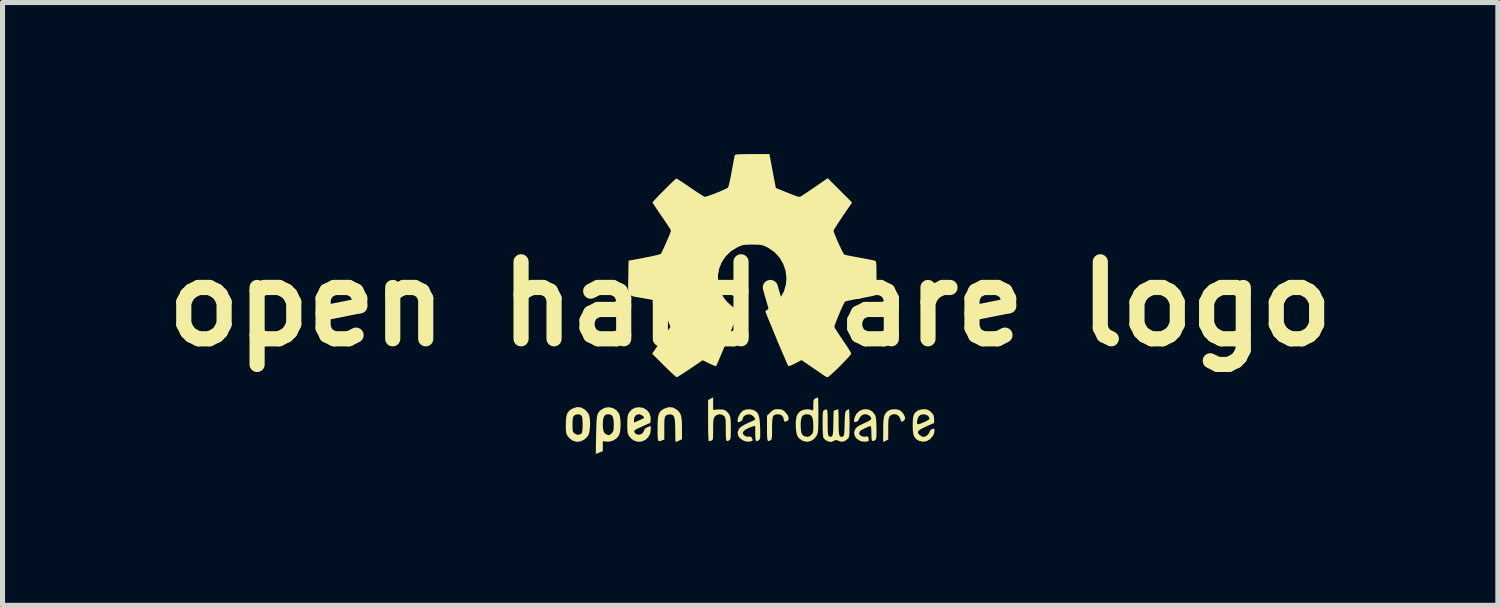
<source format=kicad_pcb>
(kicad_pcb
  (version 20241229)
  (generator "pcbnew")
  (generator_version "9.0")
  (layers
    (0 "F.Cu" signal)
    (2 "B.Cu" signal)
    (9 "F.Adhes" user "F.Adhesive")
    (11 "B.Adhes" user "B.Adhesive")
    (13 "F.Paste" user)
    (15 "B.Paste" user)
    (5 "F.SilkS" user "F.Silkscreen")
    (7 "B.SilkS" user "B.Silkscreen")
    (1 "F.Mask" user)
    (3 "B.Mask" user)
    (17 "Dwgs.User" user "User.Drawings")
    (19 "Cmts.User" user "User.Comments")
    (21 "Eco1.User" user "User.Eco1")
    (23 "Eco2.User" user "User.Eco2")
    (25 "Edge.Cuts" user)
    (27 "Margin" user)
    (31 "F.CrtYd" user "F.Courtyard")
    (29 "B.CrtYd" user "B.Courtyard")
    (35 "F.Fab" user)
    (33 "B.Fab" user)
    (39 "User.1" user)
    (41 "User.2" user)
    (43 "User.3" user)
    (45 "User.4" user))
  (footprint "open hardware logo"
    (layer "F.Cu")
    (at 11.8 2.967)
    (property "Reference" "open hardware logo" (at 0 0 0) (layer "F.SilkS") (effects (font (size 1.524 1.524) (thickness 0.3))))
    (attr board_only exclude_from_pos_files exclude_from_bom)
    (fp_poly (pts (xy 2.918 2.09) (xy 2.964 2.106) (xy 3.007 2.142) (xy 3.044 2.193) (xy 3.065 2.245) (xy 3.067 2.262) (xy 3.053 2.299) (xy 3.034 2.316) (xy 3.003 2.331) (xy 2.987 2.324) (xy 2.977 2.291) (xy 2.975 2.285) (xy 2.949 2.227) (xy 2.905 2.191) (xy 2.851 2.179) (xy 2.796 2.194) (xy 2.767 2.217) (xy 2.753 2.234) (xy 2.743 2.256) (xy 2.738 2.29) (xy 2.735 2.341) (xy 2.733 2.417) (xy 2.733 2.466) (xy 2.733 2.682) (xy 2.633 2.734) (xy 2.633 2.491) (xy 2.634 2.381) (xy 2.639 2.298) (xy 2.648 2.237) (xy 2.663 2.192) (xy 2.685 2.157) (xy 2.716 2.127) (xy 2.727 2.118) (xy 2.78 2.093) (xy 2.849 2.084)) (stroke (width 0) (type solid)) (fill yes) (layer "F.SilkS"))
    (fp_poly (pts (xy 0.606 2.086) (xy 0.644 2.099) (xy 0.681 2.128) (xy 0.692 2.139) (xy 0.739 2.197) (xy 0.761 2.249) (xy 0.757 2.292) (xy 0.741 2.311) (xy 0.7 2.331) (xy 0.675 2.324) (xy 0.667 2.295) (xy 0.653 2.237) (xy 0.614 2.198) (xy 0.554 2.183) (xy 0.552 2.183) (xy 0.508 2.186) (xy 0.477 2.198) (xy 0.455 2.222) (xy 0.442 2.265) (xy 0.436 2.33) (xy 0.433 2.422) (xy 0.433 2.463) (xy 0.433 2.553) (xy 0.431 2.615) (xy 0.427 2.656) (xy 0.421 2.68) (xy 0.41 2.693) (xy 0.401 2.699) (xy 0.376 2.711) (xy 0.358 2.713) (xy 0.346 2.701) (xy 0.339 2.67) (xy 0.335 2.618) (xy 0.333 2.538) (xy 0.333 2.465) (xy 0.333 2.213) (xy 0.398 2.148) (xy 0.44 2.11) (xy 0.475 2.09) (xy 0.519 2.084) (xy 0.55 2.083)) (stroke (width 0) (type solid)) (fill yes) (layer "F.SilkS"))
    (fp_poly (pts (xy -1.535 2.048) (xy -1.461 2.086) (xy -1.447 2.097) (xy -1.41 2.133) (xy -1.383 2.173) (xy -1.366 2.224) (xy -1.356 2.292) (xy -1.351 2.382) (xy -1.35 2.463) (xy -1.35 2.677) (xy -1.409 2.705) (xy -1.448 2.723) (xy -1.473 2.733) (xy -1.476 2.733) (xy -1.478 2.718) (xy -1.481 2.675) (xy -1.483 2.61) (xy -1.483 2.531) (xy -1.484 2.504) (xy -1.485 2.394) (xy -1.49 2.313) (xy -1.499 2.256) (xy -1.514 2.219) (xy -1.537 2.198) (xy -1.568 2.188) (xy -1.581 2.186) (xy -1.64 2.193) (xy -1.668 2.21) (xy -1.681 2.225) (xy -1.69 2.246) (xy -1.696 2.28) (xy -1.699 2.332) (xy -1.7 2.409) (xy -1.7 2.461) (xy -1.7 2.684) (xy -1.743 2.7) (xy -1.777 2.713) (xy -1.801 2.716) (xy -1.817 2.708) (xy -1.827 2.682) (xy -1.831 2.636) (xy -1.833 2.564) (xy -1.833 2.471) (xy -1.832 2.354) (xy -1.827 2.266) (xy -1.816 2.201) (xy -1.797 2.153) (xy -1.769 2.117) (xy -1.73 2.088) (xy -1.696 2.07) (xy -1.613 2.042)) (stroke (width 0) (type solid)) (fill yes) (layer "F.SilkS"))
    (fp_poly (pts (xy -0.733 2.097) (xy -0.634 2.088) (xy -0.552 2.088) (xy -0.491 2.107) (xy -0.443 2.149) (xy -0.416 2.188) (xy -0.402 2.215) (xy -0.393 2.247) (xy -0.387 2.291) (xy -0.384 2.353) (xy -0.383 2.441) (xy -0.383 2.462) (xy -0.384 2.552) (xy -0.385 2.615) (xy -0.389 2.655) (xy -0.396 2.679) (xy -0.406 2.693) (xy -0.416 2.699) (xy -0.441 2.712) (xy -0.46 2.713) (xy -0.472 2.7) (xy -0.479 2.667) (xy -0.482 2.612) (xy -0.483 2.529) (xy -0.483 2.483) (xy -0.484 2.389) (xy -0.485 2.323) (xy -0.489 2.278) (xy -0.496 2.249) (xy -0.506 2.229) (xy -0.517 2.217) (xy -0.567 2.187) (xy -0.625 2.184) (xy -0.678 2.207) (xy -0.699 2.227) (xy -0.713 2.249) (xy -0.723 2.275) (xy -0.729 2.311) (xy -0.732 2.366) (xy -0.733 2.444) (xy -0.733 2.484) (xy -0.734 2.571) (xy -0.735 2.631) (xy -0.738 2.669) (xy -0.745 2.69) (xy -0.755 2.701) (xy -0.771 2.706) (xy -0.805 2.714) (xy -0.821 2.716) (xy -0.824 2.701) (xy -0.827 2.656) (xy -0.83 2.587) (xy -0.832 2.498) (xy -0.833 2.394) (xy -0.833 2.309) (xy -0.833 1.901) (xy -0.783 1.875) (xy -0.733 1.849)) (stroke (width 0) (type solid)) (fill yes) (layer "F.SilkS"))
    (fp_poly (pts (xy -3.357 2.046) (xy -3.286 2.082) (xy -3.247 2.116) (xy -3.21 2.159) (xy -3.188 2.202) (xy -3.176 2.26) (xy -3.174 2.273) (xy -3.169 2.364) (xy -3.172 2.453) (xy -3.183 2.534) (xy -3.202 2.595) (xy -3.214 2.616) (xy -3.279 2.681) (xy -3.353 2.719) (xy -3.432 2.729) (xy -3.51 2.707) (xy -3.517 2.703) (xy -3.567 2.667) (xy -3.61 2.621) (xy -3.612 2.617) (xy -3.63 2.587) (xy -3.641 2.554) (xy -3.647 2.511) (xy -3.65 2.447) (xy -3.65 2.393) (xy -3.65 2.385) (xy -3.517 2.385) (xy -3.516 2.456) (xy -3.513 2.501) (xy -3.505 2.53) (xy -3.49 2.55) (xy -3.472 2.566) (xy -3.42 2.59) (xy -3.367 2.581) (xy -3.337 2.563) (xy -3.328 2.538) (xy -3.321 2.49) (xy -3.317 2.427) (xy -3.317 2.359) (xy -3.32 2.294) (xy -3.326 2.242) (xy -3.334 2.216) (xy -3.364 2.191) (xy -3.409 2.184) (xy -3.458 2.193) (xy -3.486 2.211) (xy -3.501 2.231) (xy -3.511 2.261) (xy -3.515 2.309) (xy -3.517 2.382) (xy -3.517 2.385) (xy -3.65 2.385) (xy -3.647 2.289) (xy -3.636 2.212) (xy -3.615 2.155) (xy -3.58 2.112) (xy -3.531 2.078) (xy -3.514 2.07) (xy -3.432 2.042)) (stroke (width 0) (type solid)) (fill yes) (layer "F.SilkS"))
    (fp_poly (pts (xy -2.724 2.058) (xy -2.654 2.098) (xy -2.601 2.161) (xy -2.598 2.166) (xy -2.579 2.223) (xy -2.568 2.3) (xy -2.565 2.389) (xy -2.569 2.476) (xy -2.581 2.552) (xy -2.597 2.6) (xy -2.646 2.661) (xy -2.716 2.705) (xy -2.795 2.726) (xy -2.846 2.725) (xy -2.917 2.715) (xy -2.917 2.913) (xy -2.984 2.94) (xy -3.025 2.956) (xy -3.051 2.966) (xy -3.055 2.967) (xy -3.055 2.951) (xy -3.055 2.906) (xy -3.055 2.838) (xy -3.053 2.75) (xy -3.051 2.648) (xy -3.05 2.588) (xy -3.047 2.459) (xy -3.044 2.38) (xy -2.917 2.38) (xy -2.913 2.465) (xy -2.901 2.524) (xy -2.879 2.561) (xy -2.845 2.583) (xy -2.806 2.596) (xy -2.78 2.592) (xy -2.75 2.568) (xy -2.741 2.559) (xy -2.72 2.534) (xy -2.708 2.507) (xy -2.702 2.466) (xy -2.7 2.403) (xy -2.7 2.388) (xy -2.704 2.299) (xy -2.717 2.238) (xy -2.742 2.202) (xy -2.78 2.186) (xy -2.808 2.183) (xy -2.856 2.191) (xy -2.889 2.218) (xy -2.908 2.267) (xy -2.916 2.343) (xy -2.917 2.38) (xy -3.044 2.38) (xy -3.043 2.358) (xy -3.039 2.282) (xy -3.032 2.226) (xy -3.021 2.185) (xy -3.007 2.154) (xy -2.988 2.129) (xy -2.963 2.105) (xy -2.952 2.096) (xy -2.88 2.055) (xy -2.802 2.044)) (stroke (width 0) (type solid)) (fill yes) (layer "F.SilkS"))
    (fp_poly (pts (xy -2.116 2.058) (xy -2.046 2.099) (xy -1.996 2.16) (xy -1.971 2.236) (xy -1.97 2.285) (xy -1.975 2.352) (xy -2.125 2.419) (xy -2.201 2.453) (xy -2.252 2.478) (xy -2.281 2.496) (xy -2.294 2.511) (xy -2.294 2.527) (xy -2.29 2.54) (xy -2.262 2.574) (xy -2.219 2.588) (xy -2.172 2.582) (xy -2.131 2.559) (xy -2.107 2.52) (xy -2.105 2.514) (xy -2.086 2.472) (xy -2.043 2.443) (xy -2.037 2.441) (xy -1.998 2.425) (xy -1.975 2.417) (xy -1.973 2.417) (xy -1.969 2.432) (xy -1.967 2.469) (xy -1.967 2.487) (xy -1.981 2.571) (xy -2.02 2.64) (xy -2.077 2.692) (xy -2.147 2.723) (xy -2.223 2.728) (xy -2.3 2.705) (xy -2.349 2.67) (xy -2.392 2.624) (xy -2.396 2.618) (xy -2.413 2.589) (xy -2.424 2.557) (xy -2.43 2.515) (xy -2.433 2.454) (xy -2.433 2.385) (xy -2.433 2.348) (xy -2.3 2.348) (xy -2.204 2.306) (xy -2.153 2.283) (xy -2.116 2.265) (xy -2.101 2.257) (xy -2.103 2.24) (xy -2.125 2.217) (xy -2.158 2.196) (xy -2.193 2.184) (xy -2.201 2.183) (xy -2.256 2.197) (xy -2.289 2.236) (xy -2.3 2.292) (xy -2.3 2.348) (xy -2.433 2.348) (xy -2.432 2.3) (xy -2.428 2.241) (xy -2.42 2.198) (xy -2.407 2.166) (xy -2.401 2.155) (xy -2.345 2.089) (xy -2.275 2.053) (xy -2.201 2.044)) (stroke (width 0) (type solid)) (fill yes) (layer "F.SilkS"))
    (fp_poly (pts (xy 1.345 1.866) (xy 1.347 1.91) (xy 1.348 1.978) (xy 1.349 2.064) (xy 1.35 2.165) (xy 1.35 2.196) (xy 1.35 2.316) (xy 1.348 2.407) (xy 1.346 2.475) (xy 1.342 2.524) (xy 1.335 2.559) (xy 1.327 2.586) (xy 1.321 2.599) (xy 1.27 2.667) (xy 1.205 2.711) (xy 1.132 2.728) (xy 1.056 2.715) (xy 1.035 2.705) (xy 0.98 2.67) (xy 0.943 2.629) (xy 0.92 2.574) (xy 0.907 2.498) (xy 0.903 2.427) (xy 0.903 2.396) (xy 1 2.396) (xy 1.003 2.484) (xy 1.012 2.546) (xy 1.03 2.586) (xy 1.059 2.611) (xy 1.072 2.617) (xy 1.13 2.631) (xy 1.177 2.619) (xy 1.209 2.592) (xy 1.23 2.568) (xy 1.242 2.541) (xy 1.248 2.502) (xy 1.25 2.441) (xy 1.25 2.416) (xy 1.246 2.321) (xy 1.234 2.255) (xy 1.21 2.212) (xy 1.173 2.19) (xy 1.121 2.184) (xy 1.069 2.191) (xy 1.034 2.217) (xy 1.012 2.265) (xy 1.001 2.339) (xy 1 2.396) (xy 0.903 2.396) (xy 0.903 2.319) (xy 0.915 2.238) (xy 0.939 2.178) (xy 0.979 2.134) (xy 1.003 2.117) (xy 1.066 2.092) (xy 1.136 2.084) (xy 1.2 2.093) (xy 1.218 2.101) (xy 1.235 2.107) (xy 1.244 2.101) (xy 1.249 2.075) (xy 1.25 2.024) (xy 1.25 2.003) (xy 1.251 1.942) (xy 1.256 1.906) (xy 1.267 1.885) (xy 1.287 1.872) (xy 1.292 1.869) (xy 1.326 1.855) (xy 1.342 1.85)) (stroke (width 0) (type solid)) (fill yes) (layer "F.SilkS"))
    (fp_poly (pts (xy 3.495 2.088) (xy 3.537 2.106) (xy 3.578 2.139) (xy 3.616 2.179) (xy 3.635 2.215) (xy 3.64 2.264) (xy 3.64 2.275) (xy 3.642 2.355) (xy 3.483 2.425) (xy 3.4 2.465) (xy 3.346 2.498) (xy 3.321 2.527) (xy 3.321 2.556) (xy 3.345 2.586) (xy 3.36 2.598) (xy 3.399 2.622) (xy 3.432 2.633) (xy 3.433 2.633) (xy 3.472 2.622) (xy 3.512 2.593) (xy 3.541 2.558) (xy 3.55 2.533) (xy 3.564 2.501) (xy 3.598 2.475) (xy 3.632 2.467) (xy 3.647 2.48) (xy 3.649 2.515) (xy 3.64 2.56) (xy 3.621 2.605) (xy 3.617 2.612) (xy 3.561 2.677) (xy 3.492 2.716) (xy 3.416 2.727) (xy 3.34 2.708) (xy 3.335 2.706) (xy 3.286 2.675) (xy 3.253 2.635) (xy 3.231 2.582) (xy 3.22 2.508) (xy 3.217 2.407) (xy 3.217 2.403) (xy 3.218 2.355) (xy 3.301 2.355) (xy 3.308 2.376) (xy 3.329 2.381) (xy 3.369 2.37) (xy 3.434 2.343) (xy 3.446 2.338) (xy 3.498 2.313) (xy 3.535 2.29) (xy 3.55 2.275) (xy 3.55 2.275) (xy 3.535 2.231) (xy 3.496 2.198) (xy 3.442 2.184) (xy 3.435 2.183) (xy 3.373 2.195) (xy 3.332 2.231) (xy 3.308 2.295) (xy 3.305 2.315) (xy 3.301 2.355) (xy 3.218 2.355) (xy 3.219 2.304) (xy 3.228 2.231) (xy 3.246 2.179) (xy 3.276 2.141) (xy 3.317 2.111) (xy 3.363 2.094) (xy 3.422 2.084) (xy 3.44 2.083)) (stroke (width 0) (type solid)) (fill yes) (layer "F.SilkS"))
    (fp_poly (pts (xy 0.059 2.098) (xy 0.084 2.109) (xy 0.123 2.135) (xy 0.153 2.17) (xy 0.173 2.22) (xy 0.186 2.288) (xy 0.194 2.382) (xy 0.197 2.457) (xy 0.199 2.547) (xy 0.199 2.609) (xy 0.197 2.65) (xy 0.19 2.674) (xy 0.18 2.689) (xy 0.174 2.695) (xy 0.142 2.714) (xy 0.121 2.715) (xy 0.108 2.694) (xy 0.102 2.648) (xy 0.1 2.572) (xy 0.1 2.565) (xy 0.1 2.413) (xy 0.055 2.424) (xy -0.013 2.447) (xy -0.075 2.477) (xy -0.122 2.509) (xy -0.146 2.54) (xy -0.147 2.545) (xy -0.137 2.582) (xy -0.105 2.612) (xy -0.06 2.628) (xy -0.025 2.626) (xy 0.009 2.625) (xy 0.031 2.647) (xy 0.036 2.658) (xy 0.049 2.69) (xy 0.044 2.708) (xy 0.016 2.718) (xy -0.017 2.724) (xy -0.077 2.724) (xy -0.143 2.7) (xy -0.143 2.7) (xy -0.207 2.654) (xy -0.242 2.598) (xy -0.248 2.536) (xy -0.223 2.475) (xy -0.204 2.451) (xy -0.166 2.421) (xy -0.108 2.387) (xy -0.041 2.355) (xy -0.029 2.35) (xy 0.03 2.324) (xy 0.075 2.302) (xy 0.098 2.287) (xy 0.1 2.284) (xy 0.091 2.263) (xy 0.068 2.23) (xy 0.065 2.227) (xy 0.023 2.195) (xy -0.028 2.185) (xy -0.08 2.194) (xy -0.123 2.22) (xy -0.147 2.261) (xy -0.15 2.282) (xy -0.166 2.312) (xy -0.2 2.331) (xy -0.234 2.341) (xy -0.248 2.333) (xy -0.25 2.306) (xy -0.237 2.241) (xy -0.203 2.174) (xy -0.156 2.122) (xy -0.15 2.116) (xy -0.089 2.091) (xy -0.014 2.084)) (stroke (width 0) (type solid)) (fill yes) (layer "F.SilkS"))
    (fp_poly (pts (xy 2.358 2.095) (xy 2.419 2.13) (xy 2.467 2.19) (xy 2.477 2.211) (xy 2.49 2.262) (xy 2.497 2.347) (xy 2.5 2.463) (xy 2.5 2.474) (xy 2.5 2.561) (xy 2.498 2.621) (xy 2.494 2.66) (xy 2.486 2.682) (xy 2.475 2.695) (xy 2.468 2.699) (xy 2.437 2.713) (xy 2.418 2.712) (xy 2.406 2.691) (xy 2.401 2.646) (xy 2.4 2.573) (xy 2.4 2.567) (xy 2.398 2.498) (xy 2.394 2.446) (xy 2.387 2.419) (xy 2.384 2.417) (xy 2.353 2.424) (xy 2.305 2.444) (xy 2.252 2.47) (xy 2.204 2.496) (xy 2.173 2.518) (xy 2.17 2.521) (xy 2.156 2.557) (xy 2.169 2.591) (xy 2.202 2.616) (xy 2.248 2.628) (xy 2.29 2.624) (xy 2.322 2.621) (xy 2.338 2.641) (xy 2.343 2.657) (xy 2.348 2.693) (xy 2.346 2.71) (xy 2.316 2.722) (xy 2.268 2.726) (xy 2.215 2.722) (xy 2.175 2.711) (xy 2.108 2.667) (xy 2.068 2.61) (xy 2.057 2.547) (xy 2.076 2.482) (xy 2.081 2.474) (xy 2.11 2.441) (xy 2.158 2.408) (xy 2.23 2.372) (xy 2.252 2.362) (xy 2.314 2.333) (xy 2.364 2.306) (xy 2.392 2.284) (xy 2.397 2.277) (xy 2.389 2.242) (xy 2.357 2.21) (xy 2.312 2.188) (xy 2.276 2.183) (xy 2.223 2.194) (xy 2.185 2.227) (xy 2.161 2.263) (xy 2.15 2.29) (xy 2.15 2.291) (xy 2.137 2.312) (xy 2.108 2.33) (xy 2.077 2.339) (xy 2.058 2.333) (xy 2.056 2.308) (xy 2.063 2.266) (xy 2.066 2.252) (xy 2.1 2.178) (xy 2.153 2.125) (xy 2.218 2.092) (xy 2.288 2.082)) (stroke (width 0) (type solid)) (fill yes) (layer "F.SilkS"))
    (fp_poly (pts (xy 1.958 2.099) (xy 1.962 2.143) (xy 1.964 2.209) (xy 1.966 2.291) (xy 1.967 2.359) (xy 1.966 2.461) (xy 1.966 2.535) (xy 1.963 2.587) (xy 1.958 2.621) (xy 1.951 2.644) (xy 1.94 2.661) (xy 1.926 2.675) (xy 1.866 2.718) (xy 1.803 2.727) (xy 1.749 2.71) (xy 1.71 2.694) (xy 1.684 2.695) (xy 1.661 2.709) (xy 1.606 2.731) (xy 1.545 2.722) (xy 1.513 2.707) (xy 1.474 2.679) (xy 1.45 2.651) (xy 1.444 2.623) (xy 1.439 2.569) (xy 1.435 2.494) (xy 1.434 2.406) (xy 1.433 2.368) (xy 1.434 2.271) (xy 1.435 2.203) (xy 1.438 2.156) (xy 1.443 2.128) (xy 1.452 2.111) (xy 1.464 2.102) (xy 1.466 2.101) (xy 1.491 2.089) (xy 1.508 2.087) (xy 1.521 2.099) (xy 1.528 2.129) (xy 1.532 2.181) (xy 1.533 2.259) (xy 1.533 2.34) (xy 1.534 2.441) (xy 1.536 2.513) (xy 1.539 2.563) (xy 1.545 2.594) (xy 1.554 2.612) (xy 1.56 2.618) (xy 1.592 2.631) (xy 1.614 2.622) (xy 1.625 2.611) (xy 1.633 2.589) (xy 1.639 2.552) (xy 1.643 2.494) (xy 1.645 2.41) (xy 1.646 2.36) (xy 1.651 2.115) (xy 1.693 2.099) (xy 1.727 2.088) (xy 1.743 2.083) (xy 1.745 2.099) (xy 1.747 2.142) (xy 1.749 2.208) (xy 1.75 2.289) (xy 1.75 2.34) (xy 1.751 2.449) (xy 1.754 2.529) (xy 1.761 2.583) (xy 1.773 2.615) (xy 1.79 2.63) (xy 1.815 2.63) (xy 1.831 2.626) (xy 1.843 2.619) (xy 1.853 2.606) (xy 1.859 2.58) (xy 1.863 2.536) (xy 1.866 2.47) (xy 1.869 2.375) (xy 1.869 2.373) (xy 1.872 2.277) (xy 1.876 2.209) (xy 1.88 2.163) (xy 1.887 2.134) (xy 1.897 2.116) (xy 1.908 2.107) (xy 1.938 2.088) (xy 1.953 2.083)) (stroke (width 0) (type solid)) (fill yes) (layer "F.SilkS"))
    (fp_poly (pts (xy 0.393 -2.904) (xy 0.4 -2.867) (xy 0.412 -2.804) (xy 0.427 -2.722) (xy 0.445 -2.629) (xy 0.456 -2.569) (xy 0.508 -2.296) (xy 0.738 -2.203) (xy 0.828 -2.167) (xy 0.892 -2.142) (xy 0.936 -2.128) (xy 0.966 -2.122) (xy 0.988 -2.124) (xy 1.006 -2.131) (xy 1.01 -2.134) (xy 1.037 -2.151) (xy 1.086 -2.184) (xy 1.152 -2.228) (xy 1.229 -2.28) (xy 1.293 -2.324) (xy 1.535 -2.49) (xy 1.776 -2.249) (xy 2.017 -2.008) (xy 1.833 -1.739) (xy 1.777 -1.655) (xy 1.727 -1.58) (xy 1.688 -1.518) (xy 1.661 -1.474) (xy 1.65 -1.452) (xy 1.65 -1.451) (xy 1.657 -1.423) (xy 1.675 -1.374) (xy 1.701 -1.31) (xy 1.732 -1.237) (xy 1.766 -1.162) (xy 1.8 -1.092) (xy 1.829 -1.033) (xy 1.853 -0.992) (xy 1.866 -0.975) (xy 1.866 -0.975) (xy 1.89 -0.97) (xy 1.942 -0.959) (xy 2.013 -0.945) (xy 2.1 -0.929) (xy 2.167 -0.916) (xy 2.26 -0.899) (xy 2.344 -0.883) (xy 2.411 -0.869) (xy 2.456 -0.86) (xy 2.471 -0.856) (xy 2.481 -0.851) (xy 2.488 -0.838) (xy 2.493 -0.814) (xy 2.497 -0.774) (xy 2.499 -0.713) (xy 2.5 -0.628) (xy 2.5 -0.515) (xy 2.5 -0.402) (xy 2.499 -0.318) (xy 2.498 -0.258) (xy 2.495 -0.218) (xy 2.489 -0.193) (xy 2.482 -0.18) (xy 2.471 -0.172) (xy 2.462 -0.169) (xy 2.434 -0.161) (xy 2.378 -0.149) (xy 2.304 -0.134) (xy 2.216 -0.118) (xy 2.167 -0.109) (xy 2.076 -0.092) (xy 1.996 -0.076) (xy 1.932 -0.062) (xy 1.891 -0.052) (xy 1.881 -0.048) (xy 1.867 -0.03) (xy 1.844 0.014) (xy 1.815 0.075) (xy 1.783 0.148) (xy 1.75 0.226) (xy 1.719 0.302) (xy 1.693 0.369) (xy 1.674 0.422) (xy 1.667 0.452) (xy 1.667 0.454) (xy 1.676 0.474) (xy 1.701 0.516) (xy 1.74 0.576) (xy 1.788 0.649) (xy 1.834 0.716) (xy 1.888 0.796) (xy 1.935 0.867) (xy 1.971 0.926) (xy 1.994 0.966) (xy 2 0.982) (xy 1.988 1.003) (xy 1.957 1.041) (xy 1.91 1.093) (xy 1.852 1.154) (xy 1.789 1.219) (xy 1.723 1.284) (xy 1.66 1.344) (xy 1.605 1.394) (xy 1.562 1.431) (xy 1.536 1.449) (xy 1.532 1.45) (xy 1.499 1.44) (xy 1.465 1.42) (xy 1.437 1.4) (xy 1.388 1.365) (xy 1.323 1.32) (xy 1.249 1.27) (xy 1.22 1.25) (xy 1.016 1.111) (xy 0.892 1.176) (xy 0.819 1.212) (xy 0.772 1.228) (xy 0.752 1.225) (xy 0.743 1.207) (xy 0.723 1.163) (xy 0.694 1.096) (xy 0.658 1.012) (xy 0.616 0.915) (xy 0.571 0.808) (xy 0.524 0.696) (xy 0.478 0.584) (xy 0.433 0.476) (xy 0.392 0.377) (xy 0.356 0.289) (xy 0.328 0.219) (xy 0.308 0.17) (xy 0.3 0.147) (xy 0.3 0.146) (xy 0.313 0.133) (xy 0.345 0.109) (xy 0.369 0.092) (xy 0.5 -0.011) (xy 0.6 -0.127) (xy 0.67 -0.254) (xy 0.708 -0.395) (xy 0.717 -0.508) (xy 0.701 -0.655) (xy 0.654 -0.793) (xy 0.581 -0.918) (xy 0.482 -1.025) (xy 0.362 -1.109) (xy 0.32 -1.13) (xy 0.274 -1.151) (xy 0.231 -1.164) (xy 0.184 -1.171) (xy 0.121 -1.174) (xy 0.042 -1.175) (xy -0.042 -1.174) (xy -0.101 -1.171) (xy -0.148 -1.164) (xy -0.191 -1.15) (xy -0.24 -1.128) (xy -0.253 -1.122) (xy -0.379 -1.045) (xy -0.481 -0.947) (xy -0.56 -0.832) (xy -0.613 -0.703) (xy -0.638 -0.566) (xy -0.635 -0.425) (xy -0.601 -0.284) (xy -0.577 -0.225) (xy -0.525 -0.128) (xy -0.463 -0.048) (xy -0.38 0.028) (xy -0.338 0.061) (xy -0.288 0.1) (xy -0.251 0.133) (xy -0.234 0.156) (xy -0.233 0.158) (xy -0.239 0.178) (xy -0.257 0.224) (xy -0.283 0.292) (xy -0.317 0.377) (xy -0.357 0.475) (xy -0.401 0.583) (xy -0.447 0.694) (xy -0.493 0.806) (xy -0.537 0.913) (xy -0.579 1.012) (xy -0.615 1.097) (xy -0.644 1.165) (xy -0.664 1.21) (xy -0.674 1.23) (xy -0.674 1.23) (xy -0.693 1.228) (xy -0.733 1.213) (xy -0.789 1.188) (xy -0.812 1.177) (xy -0.94 1.114) (xy -1.187 1.282) (xy -1.268 1.336) (xy -1.34 1.383) (xy -1.398 1.419) (xy -1.438 1.443) (xy -1.455 1.45) (xy -1.472 1.439) (xy -1.509 1.407) (xy -1.562 1.359) (xy -1.626 1.298) (xy -1.698 1.227) (xy -1.708 1.217) (xy -1.94 0.985) (xy -1.759 0.719) (xy -1.579 0.453) (xy -1.677 0.208) (xy -1.72 0.101) (xy -1.756 0.024) (xy -1.783 -0.025) (xy -1.804 -0.049) (xy -1.808 -0.052) (xy -1.836 -0.059) (xy -1.89 -0.071) (xy -1.963 -0.086) (xy -2.049 -0.102) (xy -2.092 -0.11) (xy -2.2 -0.128) (xy -2.281 -0.142) (xy -2.339 -0.157) (xy -2.379 -0.177) (xy -2.402 -0.207) (xy -2.414 -0.251) (xy -2.417 -0.315) (xy -2.415 -0.403) (xy -2.413 -0.519) (xy -2.413 -0.519) (xy -2.408 -0.856) (xy -2.096 -0.915) (xy -1.998 -0.935) (xy -1.911 -0.953) (xy -1.84 -0.97) (xy -1.79 -0.983) (xy -1.769 -0.991) (xy -1.768 -0.992) (xy -1.757 -1.012) (xy -1.735 -1.056) (xy -1.707 -1.117) (xy -1.676 -1.188) (xy -1.643 -1.262) (xy -1.613 -1.332) (xy -1.588 -1.392) (xy -1.572 -1.435) (xy -1.567 -1.453) (xy -1.576 -1.47) (xy -1.601 -1.511) (xy -1.639 -1.569) (xy -1.688 -1.642) (xy -1.745 -1.724) (xy -1.75 -1.732) (xy -1.807 -1.815) (xy -1.856 -1.888) (xy -1.896 -1.948) (xy -1.923 -1.99) (xy -1.933 -2.009) (xy -1.933 -2.01) (xy -1.922 -2.026) (xy -1.891 -2.06) (xy -1.845 -2.109) (xy -1.789 -2.168) (xy -1.725 -2.232) (xy -1.661 -2.297) (xy -1.598 -2.359) (xy -1.542 -2.412) (xy -1.498 -2.454) (xy -1.47 -2.478) (xy -1.462 -2.483) (xy -1.444 -2.474) (xy -1.403 -2.449) (xy -1.344 -2.411) (xy -1.272 -2.363) (xy -1.19 -2.307) (xy -1.188 -2.306) (xy -1.105 -2.25) (xy -1.03 -2.2) (xy -0.968 -2.16) (xy -0.923 -2.133) (xy -0.901 -2.122) (xy -0.877 -2.125) (xy -0.828 -2.14) (xy -0.764 -2.162) (xy -0.691 -2.19) (xy -0.616 -2.22) (xy -0.546 -2.25) (xy -0.488 -2.277) (xy -0.45 -2.297) (xy -0.439 -2.305) (xy -0.43 -2.327) (xy -0.417 -2.377) (xy -0.401 -2.448) (xy -0.383 -2.534) (xy -0.368 -2.617) (xy -0.35 -2.713) (xy -0.334 -2.799) (xy -0.321 -2.87) (xy -0.311 -2.918) (xy -0.307 -2.938) (xy -0.301 -2.947) (xy -0.288 -2.955) (xy -0.264 -2.96) (xy -0.224 -2.963) (xy -0.164 -2.965) (xy -0.08 -2.966) (xy 0.033 -2.967) (xy 0.042 -2.967) (xy 0.382 -2.967)) (stroke (width 0) (type solid)) (fill yes) (layer "F.SilkS")))
  (gr_rect
    (start -3 -3)
    (end 26.6 8.933)
    (stroke (width 0.1) (type default))
    (fill no)
    (layer "Edge.Cuts")))
</source>
